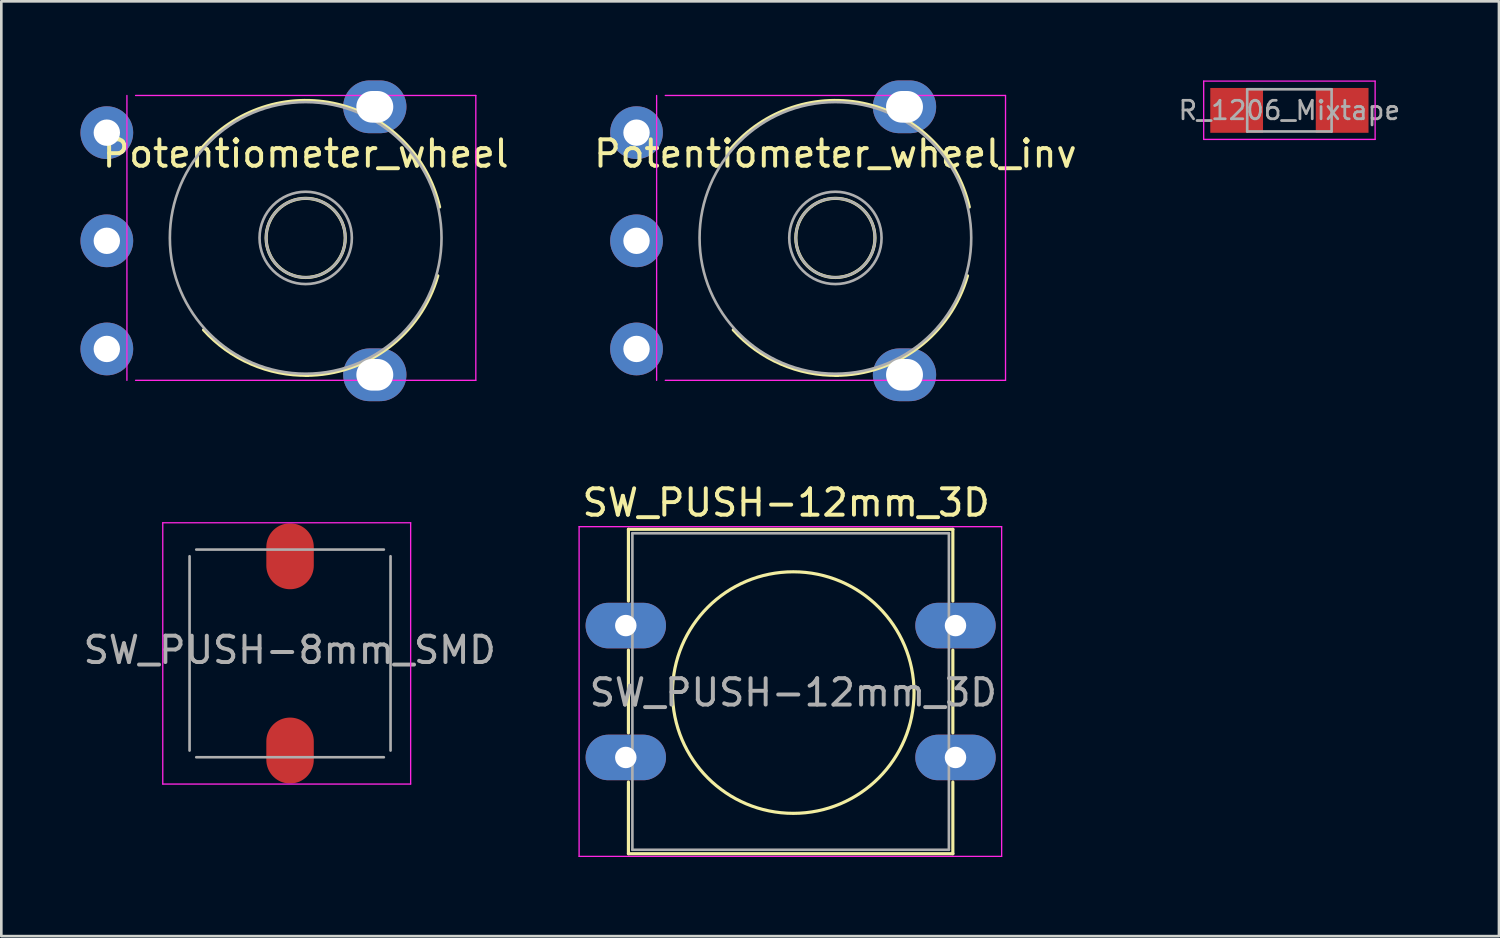
<source format=kicad_pcb>
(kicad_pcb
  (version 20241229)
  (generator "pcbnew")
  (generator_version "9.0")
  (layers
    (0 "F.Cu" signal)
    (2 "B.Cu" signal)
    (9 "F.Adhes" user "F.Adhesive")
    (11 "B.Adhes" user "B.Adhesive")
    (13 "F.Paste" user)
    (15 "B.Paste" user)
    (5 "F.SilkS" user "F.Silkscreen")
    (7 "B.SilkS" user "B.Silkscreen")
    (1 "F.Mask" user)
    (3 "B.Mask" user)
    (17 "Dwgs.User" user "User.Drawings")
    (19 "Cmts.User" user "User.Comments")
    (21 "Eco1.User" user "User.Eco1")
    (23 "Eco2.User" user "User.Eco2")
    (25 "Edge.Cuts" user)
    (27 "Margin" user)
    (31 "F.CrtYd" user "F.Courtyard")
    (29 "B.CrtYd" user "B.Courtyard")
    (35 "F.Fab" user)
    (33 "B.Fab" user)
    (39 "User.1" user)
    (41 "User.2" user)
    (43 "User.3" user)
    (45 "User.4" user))
  (footprint "R_1206_Mixtape"
    (layer "F.Cu")
    (at 45.836 1.135)
    (property "Reference" "R_1206_Mixtape" (at 0 0 0) (layer "Eco2.User") (effects (font (size 1 0.8) (thickness 0.15))))
    (attr smd)
    (fp_line (start -1 -1.07) (end 1 -1.07) (stroke (width 0.12) (type solid)) (layer "Eco2.User"))
    (fp_line (start 1 1.07) (end -1 1.07) (stroke (width 0.12) (type solid)) (layer "Eco2.User"))
    (fp_line (start -3.25 -1.11) (end -3.25 1.1) (stroke (width 0.05) (type solid)) (layer "F.CrtYd"))
    (fp_line (start -3.25 -1.11) (end 3.25 -1.11) (stroke (width 0.05) (type solid)) (layer "F.CrtYd"))
    (fp_line (start 3.25 1.1) (end -3.25 1.1) (stroke (width 0.05) (type solid)) (layer "F.CrtYd"))
    (fp_line (start 3.25 1.1) (end 3.25 -1.11) (stroke (width 0.05) (type solid)) (layer "F.CrtYd"))
    (fp_line (start -1.6 -0.8) (end 1.6 -0.8) (stroke (width 0.1) (type solid)) (layer "F.Fab"))
    (fp_line (start -1.6 0.8) (end -1.6 -0.8) (stroke (width 0.1) (type solid)) (layer "F.Fab"))
    (fp_line (start 1.6 -0.8) (end 1.6 0.8) (stroke (width 0.1) (type solid)) (layer "F.Fab"))
    (fp_line (start 1.6 0.8) (end -1.6 0.8) (stroke (width 0.1) (type solid)) (layer "F.Fab"))
    (fp_text user "${REFERENCE}" (at 0 0 0) (layer "F.Fab") (effects (font (size 0.7 0.7) (thickness 0.105))))
    (pad "1" smd rect (at -2 0) (size 2 1.7) (layers "F.Cu" "F.Mask"))
    (pad "2" smd rect (at 2 0) (size 2 1.7) (layers "F.Cu" "F.Mask" "F.Paste")))
  (footprint "SW_PUSH-8mm_SMD"
    (layer "F.Cu")
    (at 7.947 21.596)
    (property "Reference" "SW_PUSH-8mm_SMD" (at 0 -5.588 0) (layer "Eco2.User") (effects (font (size 1 1) (thickness 0.15))))
    (attr through_hole)
    (fp_circle (center -0.013 0) (end 2.794 1.778) (stroke (width 0.12) (type solid)) (fill no) (layer "Eco2.User"))
    (fp_line (start -4.826 -4.826) (end -4.826 5.08) (stroke (width 0.05) (type solid)) (layer "F.CrtYd"))
    (fp_line (start -4.826 -4.826) (end 4.572 -4.826) (stroke (width 0.05) (type solid)) (layer "F.CrtYd"))
    (fp_line (start 4.572 5.08) (end -4.826 5.08) (stroke (width 0.05) (type solid)) (layer "F.CrtYd"))
    (fp_line (start 4.572 5.08) (end 4.572 -4.826) (stroke (width 0.05) (type solid)) (layer "F.CrtYd"))
    (fp_line (start -3.81 -3.556) (end -3.81 3.81) (stroke (width 0.1) (type solid)) (layer "F.Fab"))
    (fp_line (start -3.556 -3.81) (end 3.556 -3.81) (stroke (width 0.1) (type solid)) (layer "F.Fab"))
    (fp_line (start -3.556 4.064) (end 3.556 4.064) (stroke (width 0.1) (type solid)) (layer "F.Fab"))
    (fp_line (start 3.81 -3.556) (end 3.81 3.81) (stroke (width 0.1) (type solid)) (layer "F.Fab"))
    (fp_text user "${REFERENCE}" (at -0.013 0 0) (layer "F.Fab") (effects (font (size 1 1) (thickness 0.15))))
    (pad "1" smd oval (at 0 -3.556) (size 1.8 2.5) (layers "F.Cu" "F.Mask" "F.Paste"))
    (pad "2" smd oval (at 0 3.81) (size 1.8 2.5) (layers "F.Cu" "F.Mask" "F.Paste")))
  (footprint "SW_PUSH-12mm_3D"
    (layer "F.Cu")
    (at 27.039 23.208)
    (property "Reference" "SW_PUSH-12mm_3D" (at -0.283 -7.2 0) (layer "F.SilkS") (effects (font (size 1 1) (thickness 0.15))))
    (attr through_hole)
    (fp_line (start -6.263 -6.19) (end 6.037 -6.19) (stroke (width 0.12) (type solid)) (layer "F.SilkS"))
    (fp_line (start -6.263 -3.47) (end -6.263 -6.19) (stroke (width 0.12) (type solid)) (layer "F.SilkS"))
    (fp_line (start -6.263 1.53) (end -6.263 -1.61) (stroke (width 0.12) (type solid)) (layer "F.SilkS"))
    (fp_line (start -6.263 6.11) (end -6.263 3.39) (stroke (width 0.12) (type solid)) (layer "F.SilkS"))
    (fp_line (start 6.037 -6.19) (end 6.037 -3.47) (stroke (width 0.12) (type solid)) (layer "F.SilkS"))
    (fp_line (start 6.037 -1.61) (end 6.037 1.53) (stroke (width 0.12) (type solid)) (layer "F.SilkS"))
    (fp_line (start 6.037 3.39) (end 6.037 6.11) (stroke (width 0.12) (type solid)) (layer "F.SilkS"))
    (fp_line (start 6.037 6.11) (end -6.263 6.11) (stroke (width 0.12) (type solid)) (layer "F.SilkS"))
    (fp_circle (center -0.013 0) (end 3.797 2.54) (stroke (width 0.12) (type solid)) (fill no) (layer "F.SilkS"))
    (fp_line (start -8.133 -6.29) (end -8.133 6.21) (stroke (width 0.05) (type solid)) (layer "F.CrtYd"))
    (fp_line (start -8.133 -6.29) (end 7.887 -6.29) (stroke (width 0.05) (type solid)) (layer "F.CrtYd"))
    (fp_line (start 7.887 6.21) (end -8.133 6.21) (stroke (width 0.05) (type solid)) (layer "F.CrtYd"))
    (fp_line (start 7.887 6.21) (end 7.887 -6.29) (stroke (width 0.05) (type solid)) (layer "F.CrtYd"))
    (fp_line (start -6.113 -6.04) (end -6.113 5.96) (stroke (width 0.1) (type solid)) (layer "F.Fab"))
    (fp_line (start -6.113 -6.04) (end 5.887 -6.04) (stroke (width 0.1) (type solid)) (layer "F.Fab"))
    (fp_line (start -6.113 5.96) (end 5.887 5.96) (stroke (width 0.1) (type solid)) (layer "F.Fab"))
    (fp_line (start 5.887 -6.04) (end 5.887 5.96) (stroke (width 0.1) (type solid)) (layer "F.Fab"))
    (fp_text user "${REFERENCE}" (at -0.013 0 0) (layer "F.Fab") (effects (font (size 1 1) (thickness 0.15))))
    (pad "1" thru_hole oval (at -6.363 -2.54) (size 3.048 1.727) (drill 0.813) (layers "*.Cu" "*.Mask"))
    (pad "1" thru_hole oval (at 6.137 -2.54) (size 3.048 1.727) (drill 0.813) (layers "*.Cu" "*.Mask"))
    (pad "2" thru_hole oval (at -6.363 2.46) (size 3.048 1.727) (drill 0.813) (layers "*.Cu" "*.Mask"))
    (pad "2" thru_hole oval (at 6.137 2.46) (size 3.048 1.727) (drill 0.813) (layers "*.Cu" "*.Mask")))
  (footprint "Potentiometer_wheel_inv"
    (layer "F.Cu")
    (at 28.703 6.08)
    (property "Reference" "Potentiometer_wheel_inv" (at -0.08 -3.302 0) (layer "F.SilkS") (effects (font (size 1 1) (thickness 0.15))))
    (attr through_hole)
    (fp_arc (start -4.070617 -3.459947) (mid 1.137378 -5.176079) (end 4.997 -1.281) (stroke (width 0.12) (type solid)) (layer "F.SilkS"))
    (fp_arc (start 0.010657 5.099257) (mid -2.157749 4.667817) (end -3.952 3.376) (stroke (width 0.12) (type solid)) (layer "F.SilkS"))
    (fp_arc (start 4.928173 1.326071) (mid 3.055456 4.050891) (end -0.08 5.1) (stroke (width 0.12) (type solid)) (layer "F.SilkS"))
    (fp_circle (center -0.08 -0.11) (end 1.42 -0.11) (stroke (width 0.12) (type solid)) (fill no) (layer "F.SilkS"))
    (fp_line (start -6.858 -5.51) (end -6.858 5.29) (stroke (width 0.05) (type solid)) (layer "F.CrtYd"))
    (fp_line (start -6.53 5.29) (end 6.37 5.29) (stroke (width 0.05) (type solid)) (layer "F.CrtYd"))
    (fp_line (start 6.37 -5.51) (end -6.53 -5.51) (stroke (width 0.05) (type solid)) (layer "F.CrtYd"))
    (fp_line (start 6.37 5.29) (end 6.37 -5.51) (stroke (width 0.05) (type solid)) (layer "F.CrtYd"))
    (fp_circle (center -0.08 -0.11) (end 1.42 -0.11) (stroke (width 0.1) (type solid)) (fill no) (layer "F.Fab"))
    (fp_circle (center -0.08 -0.11) (end 1.67 -0.11) (stroke (width 0.1) (type solid)) (fill no) (layer "F.Fab"))
    (fp_circle (center -0.08 -0.11) (end 5.07 -0.11) (stroke (width 0.1) (type solid)) (fill no) (layer "F.Fab"))
    (pad "" thru_hole oval (at 2.54 -5.08) (size 2.4 2) (drill oval 1.4 1.2) (layers "*.Cu" "*.Mask"))
    (pad "" thru_hole oval (at 2.54 5.08) (size 2.4 2) (drill oval 1.4 1.2) (layers "*.Cu" "*.Mask"))
    (pad "1" thru_hole circle (at -7.62 -4.1) (size 2 2) (drill 1) (layers "*.Cu" "*.Mask"))
    (pad "2" thru_hole circle (at -7.62 0) (size 2 2) (drill 1) (layers "*.Cu" "*.Mask"))
    (pad "3" thru_hole circle (at -7.62 4.1) (size 2 2) (drill 1) (layers "*.Cu" "*.Mask")))
  (footprint "Potentiometer_wheel"
    (layer "F.Cu")
    (at 8.62 6.08)
    (property "Reference" "Potentiometer_wheel" (at -0.08 -3.302 0) (layer "F.SilkS") (effects (font (size 1 1) (thickness 0.15))))
    (attr through_hole)
    (fp_arc (start -4.070617 -3.459947) (mid 1.137378 -5.176079) (end 4.997 -1.281) (stroke (width 0.12) (type solid)) (layer "F.SilkS"))
    (fp_arc (start 0.010657 5.099257) (mid -2.157749 4.667817) (end -3.952 3.376) (stroke (width 0.12) (type solid)) (layer "F.SilkS"))
    (fp_arc (start 4.928173 1.326071) (mid 3.055456 4.050891) (end -0.08 5.1) (stroke (width 0.12) (type solid)) (layer "F.SilkS"))
    (fp_circle (center -0.08 -0.11) (end 1.42 -0.11) (stroke (width 0.12) (type solid)) (fill no) (layer "F.SilkS"))
    (fp_line (start -6.858 -5.51) (end -6.858 5.29) (stroke (width 0.05) (type solid)) (layer "F.CrtYd"))
    (fp_line (start -6.53 5.29) (end 6.37 5.29) (stroke (width 0.05) (type solid)) (layer "F.CrtYd"))
    (fp_line (start 6.37 -5.51) (end -6.53 -5.51) (stroke (width 0.05) (type solid)) (layer "F.CrtYd"))
    (fp_line (start 6.37 5.29) (end 6.37 -5.51) (stroke (width 0.05) (type solid)) (layer "F.CrtYd"))
    (fp_circle (center -0.08 -0.11) (end 1.42 -0.11) (stroke (width 0.1) (type solid)) (fill no) (layer "F.Fab"))
    (fp_circle (center -0.08 -0.11) (end 1.67 -0.11) (stroke (width 0.1) (type solid)) (fill no) (layer "F.Fab"))
    (fp_circle (center -0.08 -0.11) (end 5.07 -0.11) (stroke (width 0.1) (type solid)) (fill no) (layer "F.Fab"))
    (pad "" thru_hole oval (at 2.54 -5.08) (size 2.4 2) (drill oval 1.4 1.2) (layers "*.Cu" "*.Mask"))
    (pad "" thru_hole oval (at 2.54 5.08) (size 2.4 2) (drill oval 1.4 1.2) (layers "*.Cu" "*.Mask"))
    (pad "1" thru_hole circle (at -7.62 4.1) (size 2 2) (drill 1) (layers "*.Cu" "*.Mask"))
    (pad "2" thru_hole circle (at -7.62 0) (size 2 2) (drill 1) (layers "*.Cu" "*.Mask"))
    (pad "3" thru_hole circle (at -7.62 -4.1) (size 2 2) (drill 1) (layers "*.Cu" "*.Mask")))
  (gr_rect
    (start -3 -3)
    (end 53.781 32.443)
    (stroke (width 0.1) (type default))
    (fill no)
    (layer "Edge.Cuts")))
</source>
